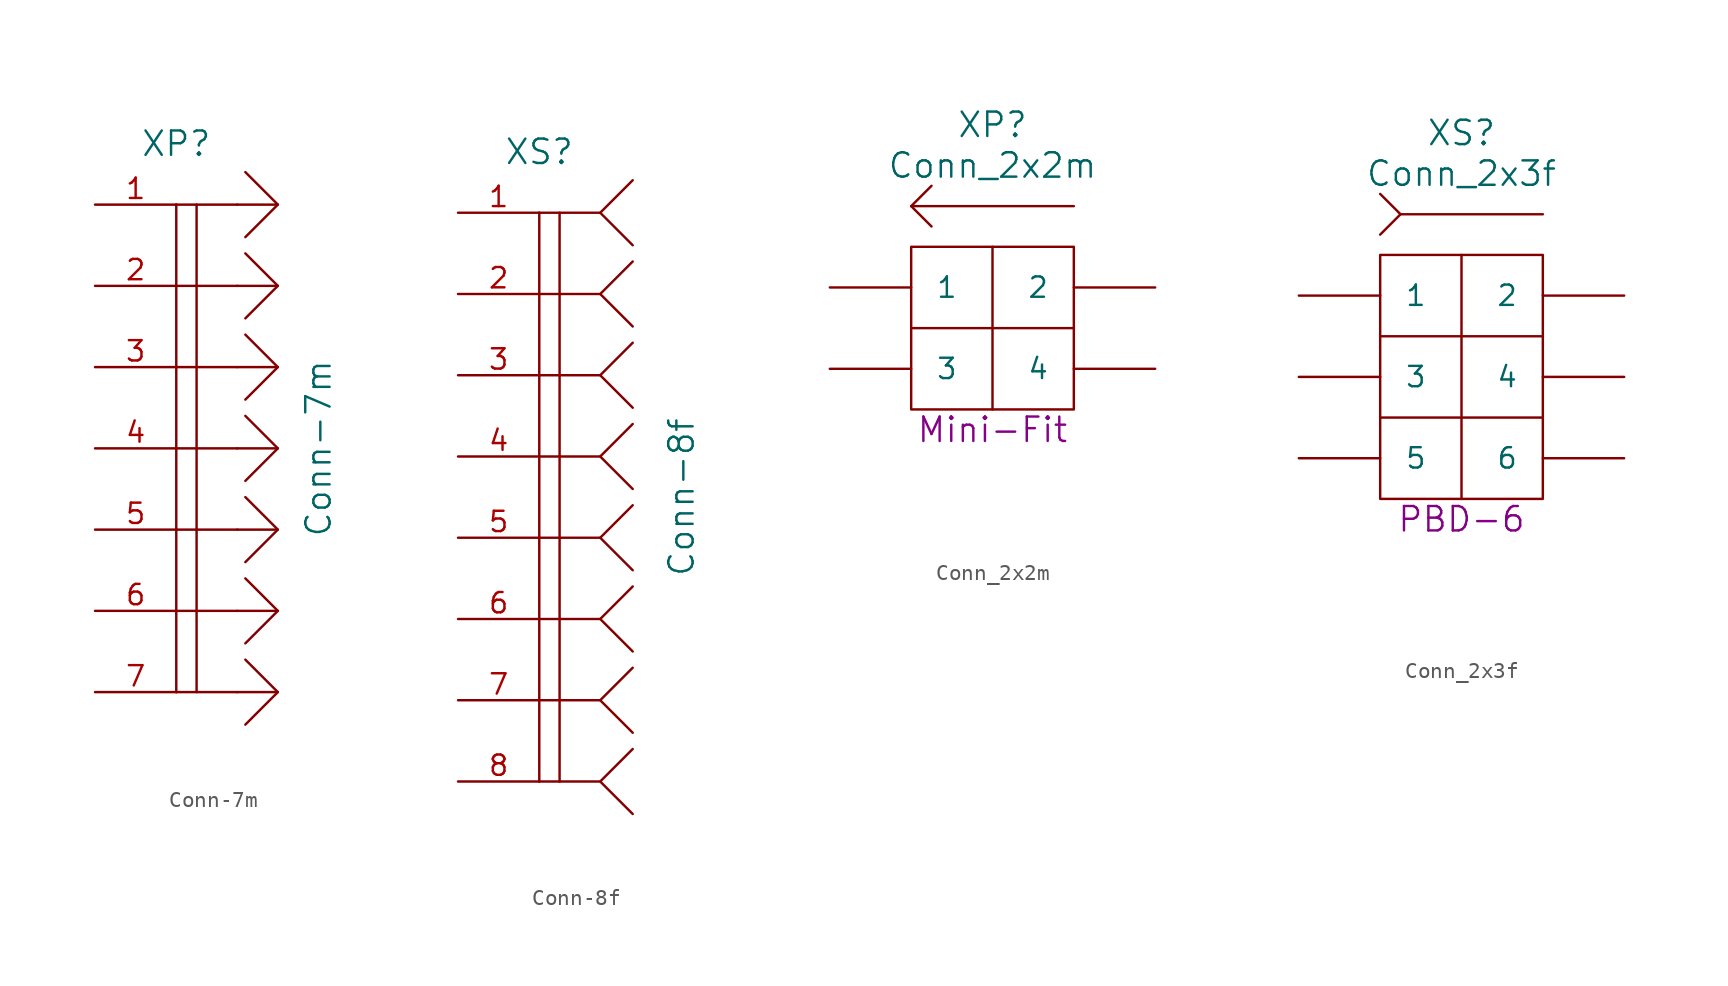
<source format=kicad_sym>
(kicad_symbol_lib
  (version 20220914)
  (generator kicad_symbol_editor)
  (symbol "Conn-7m"
    (pin_names
      (offset 1.016) hide)
    (property "Reference" "XP"
      (at -3.81 19.05 0)
      (do_not_autoplace)
      (effects (font (size 1.524 1.524))))
    (property "Value" "Conn-7m"
      (at 5.08 0 90)
      (do_not_autoplace)
      (effects (font (size 1.524 1.524))))
    (property "Datasheet" ""
      (at 2.54 10.16 0)
      (effects (font (size 1.524 1.524))))
    (symbol "Conn-7m_0_0"
      (polyline (pts (xy -3.81 -10.16) (xy -3.81 -15.24)) (stroke (width 0) (type solid)) (fill (type none)))
      (polyline (pts (xy -3.81 -5.08) (xy -3.81 -10.16)) (stroke (width 0) (type solid)) (fill (type none)))
      (polyline (pts (xy -3.81 0) (xy -3.81 -5.08)) (stroke (width 0) (type solid)) (fill (type none)))
      (polyline (pts (xy -3.81 5.08) (xy -3.81 0)) (stroke (width 0) (type solid)) (fill (type none)))
      (polyline (pts (xy -3.81 10.16) (xy -3.81 5.08)) (stroke (width 0) (type solid)) (fill (type none)))
      (polyline (pts (xy -3.81 15.24) (xy -3.81 10.16)) (stroke (width 0) (type solid)) (fill (type none)))
      (polyline (pts (xy -2.54 -10.16) (xy -2.54 -15.24)) (stroke (width 0) (type solid)) (fill (type none)))
      (polyline (pts (xy -2.54 -5.08) (xy -2.54 -10.16)) (stroke (width 0) (type solid)) (fill (type none)))
      (polyline (pts (xy -2.54 0) (xy -2.54 -5.08)) (stroke (width 0) (type solid)) (fill (type none)))
      (polyline (pts (xy -2.54 5.08) (xy -2.54 0)) (stroke (width 0) (type solid)) (fill (type none)))
      (polyline (pts (xy -2.54 10.16) (xy -2.54 5.08)) (stroke (width 0) (type solid)) (fill (type none)))
      (polyline (pts (xy -2.54 15.24) (xy -2.54 10.16)) (stroke (width 0) (type solid)) (fill (type none)))
      (polyline (pts (xy 0 -15.24) (xy -3.81 -15.24)) (stroke (width 0) (type solid)) (fill (type none)))
      (polyline (pts (xy 0 -10.16) (xy -3.81 -10.16)) (stroke (width 0) (type solid)) (fill (type none)))
      (polyline (pts (xy 0 -5.08) (xy -3.81 -5.08)) (stroke (width 0) (type solid)) (fill (type none)))
      (polyline (pts (xy 0 0) (xy -3.81 0)) (stroke (width 0) (type solid)) (fill (type none)))
      (polyline (pts (xy 0 5.08) (xy -3.81 5.08)) (stroke (width 0) (type solid)) (fill (type none)))
      (polyline (pts (xy 0 10.16) (xy -3.81 10.16)) (stroke (width 0) (type solid)) (fill (type none)))
      (polyline (pts (xy 0 15.24) (xy -3.81 15.24)) (stroke (width 0) (type solid)) (fill (type none)))
      (polyline (pts (xy 2.54 -15.24) (xy 0 -15.24)) (stroke (width 0) (type solid)) (fill (type none)))
      (polyline (pts (xy 2.54 -10.16) (xy 0 -10.16)) (stroke (width 0) (type solid)) (fill (type none)))
      (polyline (pts (xy 2.54 -5.08) (xy 0 -5.08)) (stroke (width 0) (type solid)) (fill (type none)))
      (polyline (pts (xy 2.54 0) (xy 0 0)) (stroke (width 0) (type solid)) (fill (type none)))
      (polyline (pts (xy 2.54 5.08) (xy 0 5.08)) (stroke (width 0) (type solid)) (fill (type none)))
      (polyline (pts (xy 2.54 10.16) (xy 0 10.16)) (stroke (width 0) (type solid)) (fill (type none)))
      (polyline (pts (xy 2.54 15.24) (xy 0 15.24)) (stroke (width 0) (type solid)) (fill (type none))))
    (symbol "Conn-7m_0_1"
      (polyline (pts (xy 0.508 -13.208) (xy 2.54 -15.24) (xy 0.508 -17.272)) (stroke (width 0) (type solid)) (fill (type none)))
      (polyline (pts (xy 0.508 -8.128) (xy 2.54 -10.16) (xy 0.508 -12.192)) (stroke (width 0) (type solid)) (fill (type none)))
      (polyline (pts (xy 0.508 -3.048) (xy 2.54 -5.08) (xy 0.508 -7.112)) (stroke (width 0) (type solid)) (fill (type none)))
      (polyline (pts (xy 0.508 2.032) (xy 2.54 0) (xy 0.508 -2.032)) (stroke (width 0) (type solid)) (fill (type none)))
      (polyline (pts (xy 0.508 7.112) (xy 2.54 5.08) (xy 0.508 3.048)) (stroke (width 0) (type solid)) (fill (type none)))
      (polyline (pts (xy 0.508 12.192) (xy 2.54 10.16) (xy 0.508 8.128)) (stroke (width 0) (type solid)) (fill (type none)))
      (polyline (pts (xy 0.508 17.272) (xy 2.54 15.24) (xy 0.508 13.208)) (stroke (width 0) (type solid)) (fill (type none))))
    (symbol "Conn-7m_1_1"
      (pin passive line (at -8.89 15.24 0) (length 5.08) (name "~" (effects (font (size 1.27 1.27)))) (number "1" (effects (font (size 1.27 1.27)))))
      (pin passive line (at -8.89 10.16 0) (length 5.08) (name "~" (effects (font (size 1.27 1.27)))) (number "2" (effects (font (size 1.27 1.27)))))
      (pin passive line (at -8.89 5.08 0) (length 5.08) (name "~" (effects (font (size 1.27 1.27)))) (number "3" (effects (font (size 1.27 1.27)))))
      (pin passive line (at -8.89 0 0) (length 5.08) (name "~" (effects (font (size 1.27 1.27)))) (number "4" (effects (font (size 1.27 1.27)))))
      (pin passive line (at -8.89 -5.08 0) (length 5.08) (name "~" (effects (font (size 1.27 1.27)))) (number "5" (effects (font (size 1.27 1.27)))))
      (pin passive line (at -8.89 -10.16 0) (length 5.08) (name "~" (effects (font (size 1.27 1.27)))) (number "6" (effects (font (size 1.27 1.27)))))
      (pin passive line (at -8.89 -15.24 0) (length 5.08) (name "~" (effects (font (size 1.27 1.27)))) (number "7" (effects (font (size 1.27 1.27)))))))
  (symbol "Conn-8f"
    (pin_names
      (offset 1.016) hide)
    (property "Reference" "XS"
      (at -3.81 21.59 0)
      (do_not_autoplace)
      (effects (font (size 1.524 1.524))))
    (property "Value" "Conn-8f"
      (at 5.08 0 90)
      (do_not_autoplace)
      (effects (font (size 1.524 1.524))))
    (property "Datasheet" ""
      (at 0 -2.54 0)
      (effects (font (size 1.524 1.524))))
    (symbol "Conn-8f_0_1"
      (polyline (pts (xy -3.81 -12.7) (xy -3.81 -17.78)) (stroke (width 0) (type solid)) (fill (type none)))
      (polyline (pts (xy -3.81 -7.62) (xy -3.81 -12.7)) (stroke (width 0) (type solid)) (fill (type none)))
      (polyline (pts (xy -3.81 -2.54) (xy -3.81 -7.62)) (stroke (width 0) (type solid)) (fill (type none)))
      (polyline (pts (xy -3.81 2.54) (xy -3.81 -2.54)) (stroke (width 0) (type solid)) (fill (type none)))
      (polyline (pts (xy -3.81 7.62) (xy -3.81 2.54)) (stroke (width 0) (type solid)) (fill (type none)))
      (polyline (pts (xy -3.81 17.78) (xy -3.81 7.62)) (stroke (width 0) (type solid)) (fill (type none)))
      (polyline (pts (xy -2.54 -12.7) (xy -2.54 -17.78)) (stroke (width 0) (type solid)) (fill (type none)))
      (polyline (pts (xy -2.54 -7.62) (xy -2.54 -12.7)) (stroke (width 0) (type solid)) (fill (type none)))
      (polyline (pts (xy -2.54 -2.54) (xy -2.54 -7.62)) (stroke (width 0) (type solid)) (fill (type none)))
      (polyline (pts (xy -2.54 2.54) (xy -2.54 -2.54)) (stroke (width 0) (type solid)) (fill (type none)))
      (polyline (pts (xy -2.54 7.62) (xy -2.54 2.54)) (stroke (width 0) (type solid)) (fill (type none)))
      (polyline (pts (xy -2.54 17.78) (xy -2.54 7.62)) (stroke (width 0) (type solid)) (fill (type none)))
      (polyline (pts (xy 0 -17.78) (xy -3.81 -17.78)) (stroke (width 0) (type solid)) (fill (type none)))
      (polyline (pts (xy 0 -12.7) (xy -3.81 -12.7)) (stroke (width 0) (type solid)) (fill (type none)))
      (polyline (pts (xy 0 -7.62) (xy -3.81 -7.62)) (stroke (width 0) (type solid)) (fill (type none)))
      (polyline (pts (xy 0 -2.54) (xy -3.81 -2.54)) (stroke (width 0) (type solid)) (fill (type none)))
      (polyline (pts (xy 0 2.54) (xy -3.81 2.54)) (stroke (width 0) (type solid)) (fill (type none)))
      (polyline (pts (xy 0 7.62) (xy -3.81 7.62)) (stroke (width 0) (type solid)) (fill (type none)))
      (polyline (pts (xy 0 12.7) (xy -3.81 12.7)) (stroke (width 0) (type solid)) (fill (type none)))
      (polyline (pts (xy 0 17.78) (xy -3.81 17.78)) (stroke (width 0) (type solid)) (fill (type none)))
      (polyline (pts (xy 2.032 -15.748) (xy 0 -17.78) (xy 2.032 -19.812)) (stroke (width 0) (type solid)) (fill (type none)))
      (polyline (pts (xy 2.032 -10.668) (xy 0 -12.7) (xy 2.032 -14.732)) (stroke (width 0) (type solid)) (fill (type none)))
      (polyline (pts (xy 2.032 -5.588) (xy 0 -7.62) (xy 2.032 -9.652)) (stroke (width 0) (type solid)) (fill (type none)))
      (polyline (pts (xy 2.032 -0.508) (xy 0 -2.54) (xy 2.032 -4.572)) (stroke (width 0) (type solid)) (fill (type none)))
      (polyline (pts (xy 2.032 4.572) (xy 0 2.54) (xy 2.032 0.508)) (stroke (width 0) (type solid)) (fill (type none)))
      (polyline (pts (xy 2.032 9.652) (xy 0 7.62) (xy 2.032 5.588)) (stroke (width 0) (type solid)) (fill (type none)))
      (polyline (pts (xy 2.032 14.732) (xy 0 12.7) (xy 2.032 10.668)) (stroke (width 0) (type solid)) (fill (type none)))
      (polyline (pts (xy 2.032 19.812) (xy 0 17.78) (xy 2.032 15.748)) (stroke (width 0) (type solid)) (fill (type none))))
    (symbol "Conn-8f_1_1"
      (pin passive line (at -8.89 17.78 0) (length 5.08) (name "~" (effects (font (size 1.27 1.27)))) (number "1" (effects (font (size 1.27 1.27)))))
      (pin passive line (at -8.89 12.7 0) (length 5.08) (name "~" (effects (font (size 1.27 1.27)))) (number "2" (effects (font (size 1.27 1.27)))))
      (pin passive line (at -8.89 7.62 0) (length 5.08) (name "~" (effects (font (size 1.27 1.27)))) (number "3" (effects (font (size 1.27 1.27)))))
      (pin passive line (at -8.89 2.54 0) (length 5.08) (name "~" (effects (font (size 1.27 1.27)))) (number "4" (effects (font (size 1.27 1.27)))))
      (pin passive line (at -8.89 -2.54 0) (length 5.08) (name "~" (effects (font (size 1.27 1.27)))) (number "5" (effects (font (size 1.27 1.27)))))
      (pin passive line (at -8.89 -7.62 0) (length 5.08) (name "~" (effects (font (size 1.27 1.27)))) (number "6" (effects (font (size 1.27 1.27)))))
      (pin passive line (at -8.89 -12.7 0) (length 5.08) (name "~" (effects (font (size 1.27 1.27)))) (number "7" (effects (font (size 1.27 1.27)))))
      (pin passive line (at -8.89 -17.78 0) (length 5.08) (name "~" (effects (font (size 1.27 1.27)))) (number "8" (effects (font (size 1.27 1.27)))))))
  (symbol "Conn_2x2m"
    (pin_numbers hide)
    (pin_names
      (offset 1.524))
    (property "Reference" "XP"
      (at 0 12.7 0)
      (do_not_autoplace)
      (effects (font (size 1.524 1.524))))
    (property "Value" "Conn_2x2m"
      (at 0 10.16 0)
      (do_not_autoplace)
      (effects (font (size 1.524 1.524))))
    (property "Datasheet" ""
      (at 0 -11.43 0)
      (effects (font (size 1.524 1.524))))
    (property "Type" "Mini-Fit"
      (at 0 -6.35 0)
      (do_not_autoplace)
      (effects (font (size 1.524 1.524))))
    (symbol "Conn_2x2m_0_0"
      (polyline (pts (xy 5.08 0) (xy -5.08 0)) (stroke (width 0) (type solid)) (fill (type none)))
      (rectangle (start 5.08 5.08) (end -5.08 -5.08) (stroke (width 0) (type solid)) (fill (type none))))
    (symbol "Conn_2x2m_0_1"
      (polyline (pts (xy 0 5.08) (xy 0 -5.08)) (stroke (width 0) (type solid)) (fill (type none)))
      (polyline (pts (xy 5.08 7.62) (xy -5.08 7.62)) (stroke (width 0) (type solid)) (fill (type none)))
      (polyline (pts (xy -3.81 6.35) (xy -5.08 7.62) (xy -3.81 8.89)) (stroke (width 0) (type solid)) (fill (type none))))
    (symbol "Conn_2x2m_1_1"
      (pin passive line (at -10.16 2.54 0) (length 5.08) (name "1" (effects (font (size 1.27 1.27)))) (number "1" (effects (font (size 1.27 1.27)))))
      (pin passive line (at 10.16 2.54 180) (length 5.08) (name "2" (effects (font (size 1.27 1.27)))) (number "2" (effects (font (size 1.27 1.27)))))
      (pin passive line (at -10.16 -2.54 0) (length 5.08) (name "3" (effects (font (size 1.27 1.27)))) (number "3" (effects (font (size 1.27 1.27)))))
      (pin passive line (at 10.16 -2.54 180) (length 5.08) (name "4" (effects (font (size 1.27 1.27)))) (number "4" (effects (font (size 1.27 1.27)))))))
  (symbol "Conn_2x3f"
    (pin_numbers hide)
    (pin_names
      (offset 1.524))
    (property "Reference" "XS"
      (at 0 15.24 0)
      (do_not_autoplace)
      (effects (font (size 1.524 1.524))))
    (property "Value" "Conn_2x3f"
      (at 0 12.7 0)
      (do_not_autoplace)
      (effects (font (size 1.524 1.524))))
    (property "Datasheet" ""
      (at 0 -13.97 0)
      (effects (font (size 1.524 1.524))))
    (property "Type" "PBD-6"
      (at 0 -8.89 0)
      (effects (font (size 1.524 1.524))))
    (symbol "Conn_2x3f_0_0"
      (polyline (pts (xy 5.08 -2.54) (xy -5.08 -2.54)) (stroke (width 0) (type solid)) (fill (type none)))
      (polyline (pts (xy 5.08 2.54) (xy -5.08 2.54)) (stroke (width 0) (type solid)) (fill (type none)))
      (rectangle (start 5.08 7.62) (end -5.08 -7.62) (stroke (width 0) (type solid)) (fill (type none))))
    (symbol "Conn_2x3f_0_1"
      (polyline (pts (xy 0 7.62) (xy 0 -7.62)) (stroke (width 0) (type solid)) (fill (type none)))
      (polyline (pts (xy 5.08 10.16) (xy -3.81 10.16)) (stroke (width 0) (type solid)) (fill (type none)))
      (polyline (pts (xy -5.08 8.89) (xy -3.81 10.16) (xy -5.08 11.43)) (stroke (width 0) (type solid)) (fill (type none))))
    (symbol "Conn_2x3f_1_1"
      (pin passive line (at -10.16 5.08 0) (length 5.08) (name "1" (effects (font (size 1.27 1.27)))) (number "1" (effects (font (size 1.27 1.27)))))
      (pin passive line (at 10.16 5.08 180) (length 5.08) (name "2" (effects (font (size 1.27 1.27)))) (number "2" (effects (font (size 1.27 1.27)))))
      (pin passive line (at -10.16 0 0) (length 5.08) (name "3" (effects (font (size 1.27 1.27)))) (number "3" (effects (font (size 1.27 1.27)))))
      (pin passive line (at 10.16 0 180) (length 5.08) (name "4" (effects (font (size 1.27 1.27)))) (number "4" (effects (font (size 1.27 1.27)))))
      (pin passive line (at -10.16 -5.08 0) (length 5.08) (name "5" (effects (font (size 1.27 1.27)))) (number "5" (effects (font (size 1.27 1.27)))))
      (pin passive line (at 10.16 -5.08 180) (length 5.08) (name "6" (effects (font (size 1.27 1.27)))) (number "6" (effects (font (size 1.27 1.27))))))))
</source>
